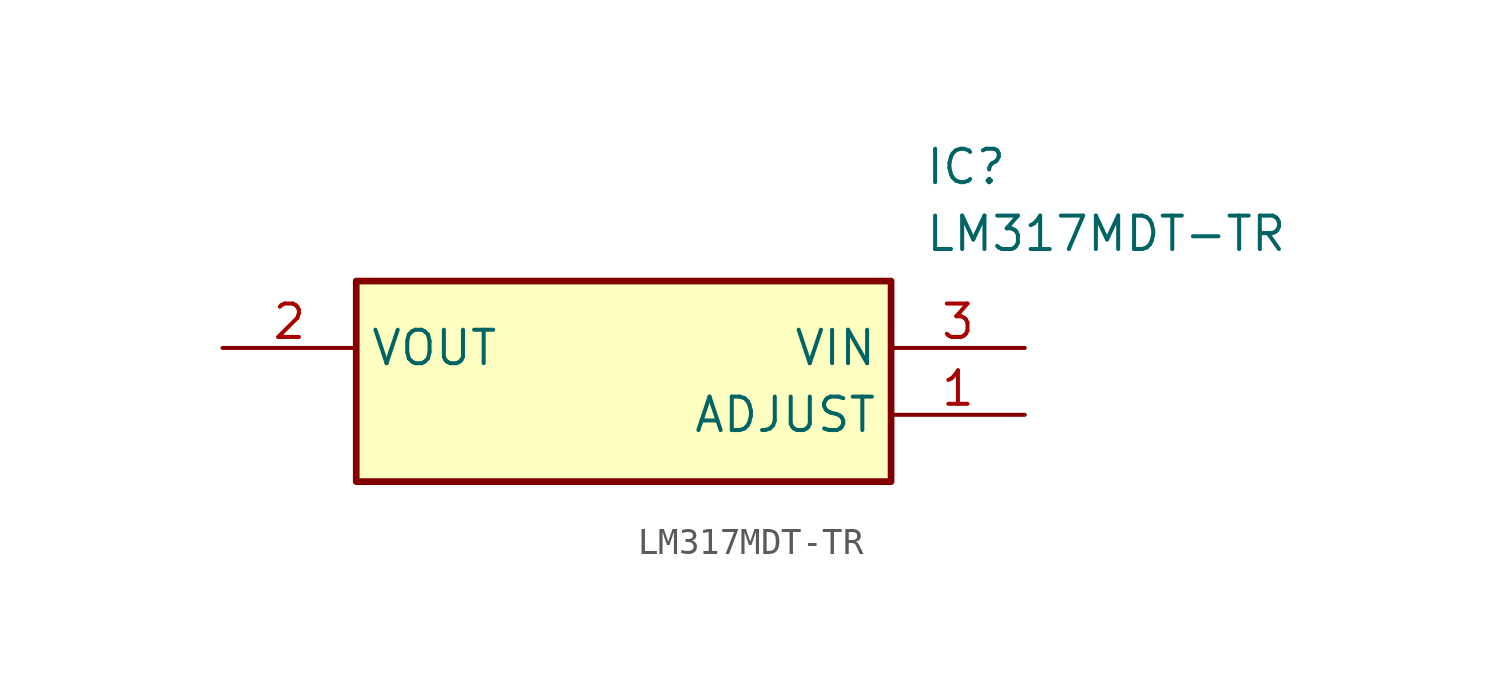
<source format=kicad_sym>
(kicad_symbol_lib
  (version 20211014)
  (generator SamacSys_ECAD_Model)
  (symbol "LM317MDT-TR"
    (property "Reference" "IC"
      (at 26.67 7.62 0)
      (effects (font (size 1.27 1.27)) (justify left top)))
    (property "Value" "LM317MDT-TR"
      (at 26.67 5.08 0)
      (effects (font (size 1.27 1.27)) (justify left top)))
    (rectangle
      (start 5.08 2.54)
      (end 25.4 -5.08)
      (stroke (width 0.254) (type default))
      (fill (type background)))
    (pin passive line
      (at 30.48 -2.54 180)
      (length 5.08)
      (name "ADJUST" (effects (font (size 1.27 1.27))))
      (number "1" (effects (font (size 1.27 1.27)))))
    (pin passive line
      (at 0 0 0)
      (length 5.08)
      (name "VOUT" (effects (font (size 1.27 1.27))))
      (number "2" (effects (font (size 1.27 1.27)))))
    (pin passive line
      (at 30.48 0 180)
      (length 5.08)
      (name "VIN" (effects (font (size 1.27 1.27))))
      (number "3" (effects (font (size 1.27 1.27)))))))
</source>
